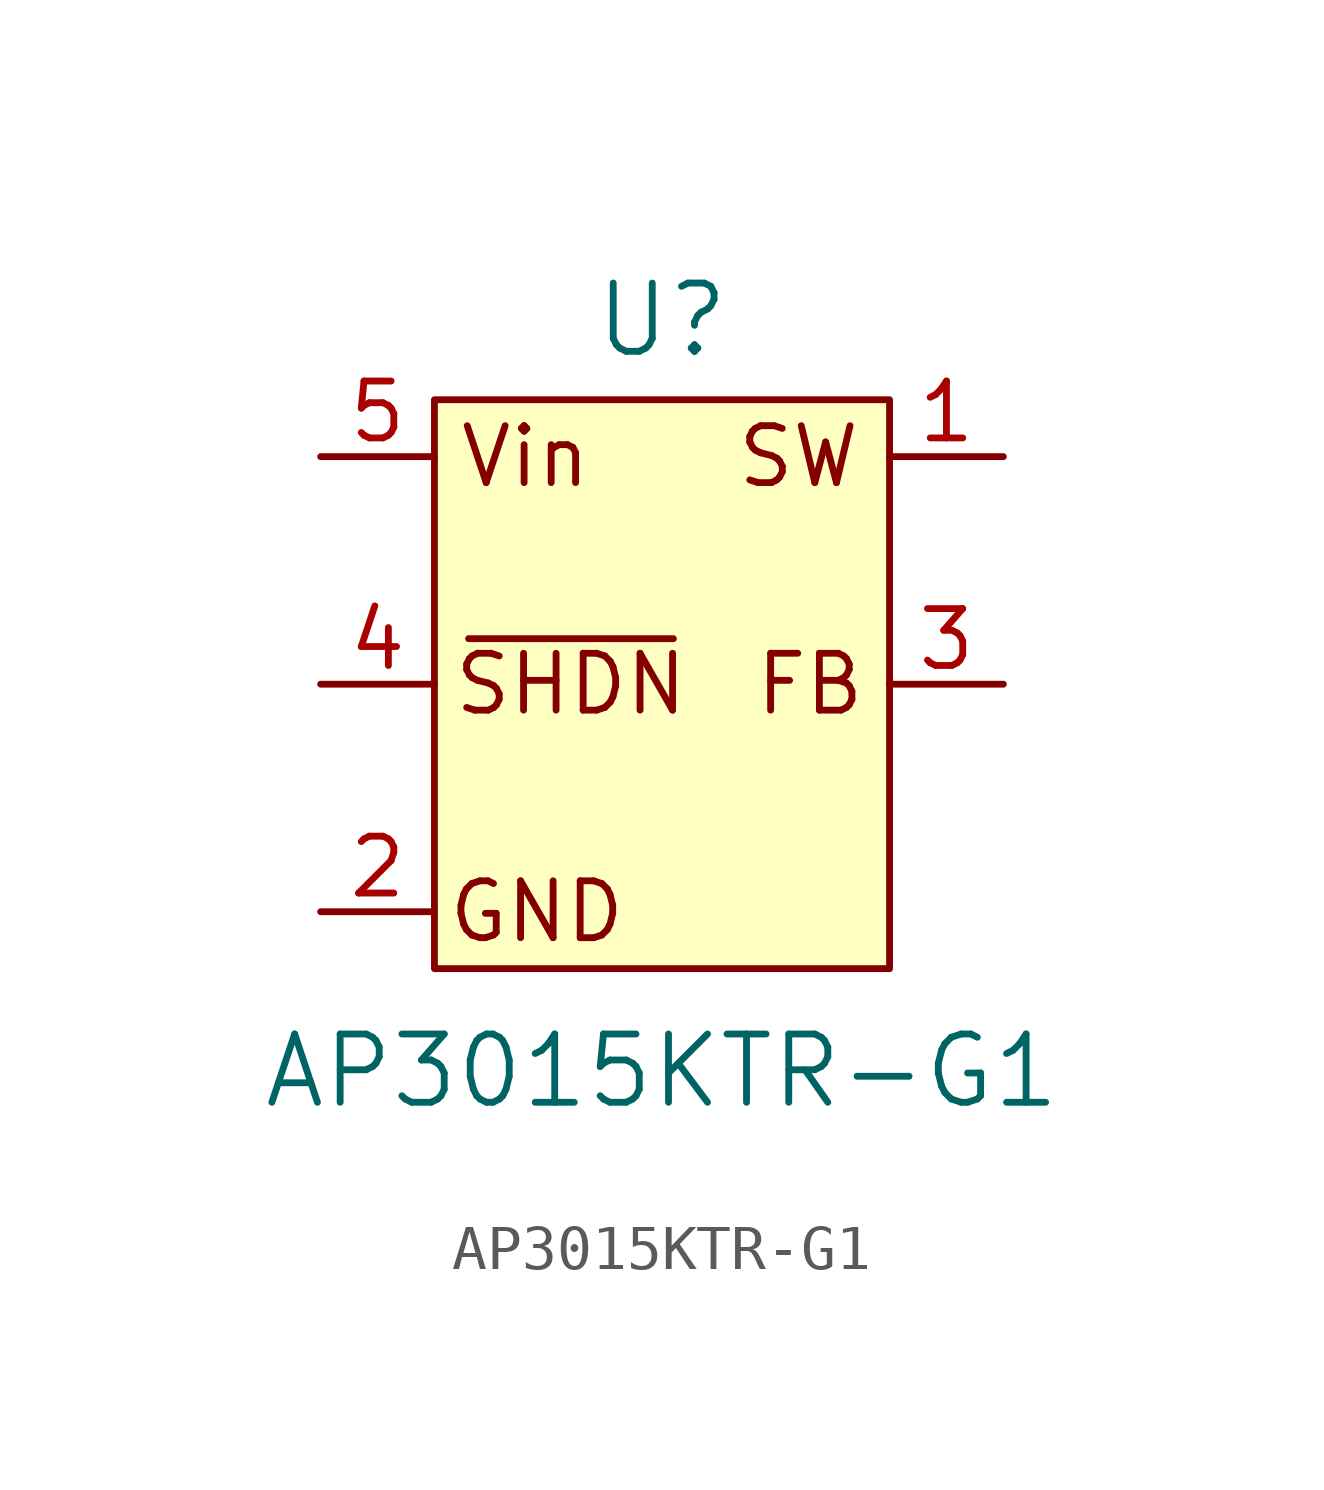
<source format=kicad_sym>
(kicad_symbol_lib
  (version 20220914)
  (generator kicad_symbol_editor)
  (symbol "AP3015KTR-G1"
    (pin_names
      (offset 0) hide)
    (property "Reference" "U"
      (at 0 8.128 0)
      (effects (font (size 1.524 1.524))))
    (property "Value" "AP3015KTR-G1"
      (at 0 -8.636 0)
      (effects (font (size 1.524 1.524))))
    (symbol "AP3015KTR-G1_0_0"
      (rectangle (start -5.08 6.35) (end 5.08 -6.35) (stroke (width 0) (type default)) (fill (type background)))
      (polyline (pts (xy -4.318 1.016) (xy 0.254 1.016)) (stroke (width 0) (type default)) (fill (type none)))
      (text "FB" (at 3.302 0 0) (effects (font (size 1.27 1.27))))
      (text "GND" (at -2.794 -5.08 0) (effects (font (size 1.27 1.27))))
      (text "SHDN" (at -2.032 0 0) (effects (font (size 1.27 1.27))))
      (text "SW" (at 3.048 5.08 0) (effects (font (size 1.27 1.27))))
      (text "Vin" (at -3.048 5.08 0) (effects (font (size 1.27 1.27)))))
    (symbol "AP3015KTR-G1_1_1"
      (pin input line (at 7.62 5.08 180) (length 2.54) (name "SW" (effects (font (size 1.27 1.27)))) (number "1" (effects (font (size 1.27 1.27)))))
      (pin input line (at -7.62 -5.08 0) (length 2.54) (name "GND" (effects (font (size 1.27 1.27)))) (number "2" (effects (font (size 1.27 1.27)))))
      (pin input line (at 7.62 0 180) (length 2.54) (name "FB" (effects (font (size 1.27 1.27)))) (number "3" (effects (font (size 1.27 1.27)))))
      (pin input line (at -7.62 0 0) (length 2.54) (name "SHDN" (effects (font (size 1.27 1.27)))) (number "4" (effects (font (size 1.27 1.27)))))
      (pin input line (at -7.62 5.08 0) (length 2.54) (name "Vin" (effects (font (size 1.27 1.27)))) (number "5" (effects (font (size 1.27 1.27))))))))
</source>
